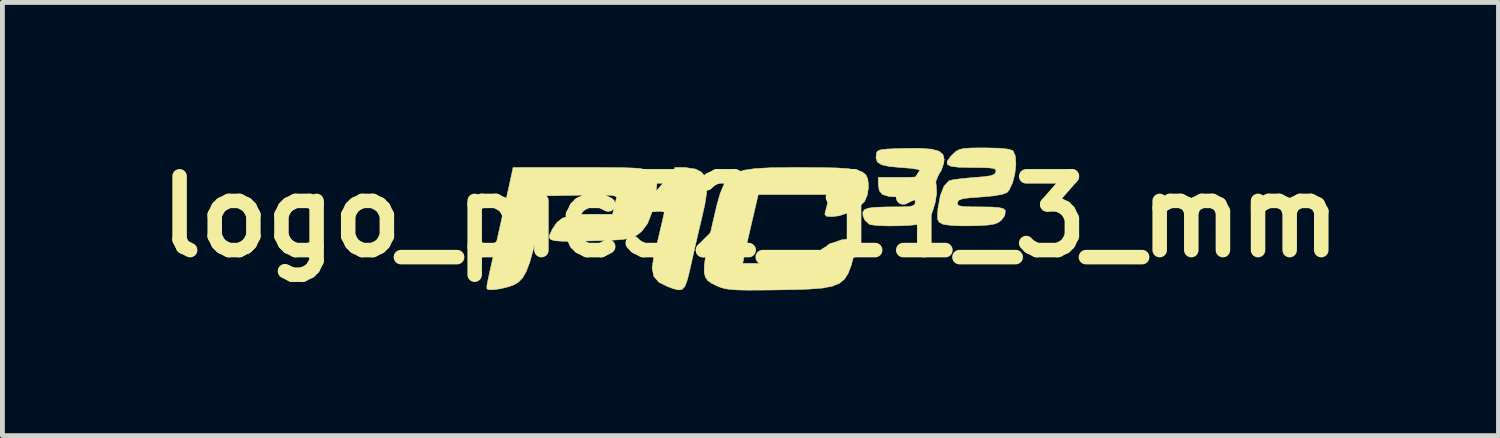
<source format=kicad_pcb>
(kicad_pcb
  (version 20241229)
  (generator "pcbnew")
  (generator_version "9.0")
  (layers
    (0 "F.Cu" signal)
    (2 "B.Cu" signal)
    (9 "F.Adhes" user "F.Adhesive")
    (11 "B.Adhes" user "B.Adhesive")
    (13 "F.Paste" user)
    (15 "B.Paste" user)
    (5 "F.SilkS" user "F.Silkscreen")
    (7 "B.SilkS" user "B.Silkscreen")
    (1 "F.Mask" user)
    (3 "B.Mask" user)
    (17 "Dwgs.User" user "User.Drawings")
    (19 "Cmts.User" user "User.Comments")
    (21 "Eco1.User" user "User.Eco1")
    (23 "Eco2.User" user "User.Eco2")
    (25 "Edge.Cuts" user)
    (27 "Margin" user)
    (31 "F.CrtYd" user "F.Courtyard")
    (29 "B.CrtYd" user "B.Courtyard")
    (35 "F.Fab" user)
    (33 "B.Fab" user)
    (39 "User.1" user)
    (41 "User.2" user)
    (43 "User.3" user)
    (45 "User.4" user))
  (footprint "logo_pic32_11_3_mm"
    (layer "F.Cu")
    (at 12.453 1.427)
    (property "Reference" "logo_pic32_11_3_mm" (at 0 0 0) (layer "F.SilkS") (effects (font (size 1.524 1.524) (thickness 0.3))))
    (attr through_hole)
    (fp_poly (pts (xy -1.133 -0.984) (xy -1.009 -0.919) (xy -0.936 -0.828) (xy -0.901 -0.694) (xy -0.903 -0.504) (xy -0.944 -0.245) (xy -1.005 0.025) (xy -1.068 0.291) (xy -1.137 0.589) (xy -1.194 0.838) (xy -1.257 1.122) (xy -1.308 1.318) (xy -1.356 1.441) (xy -1.412 1.502) (xy -1.487 1.513) (xy -1.59 1.487) (xy -1.701 1.448) (xy -1.89 1.355) (xy -1.997 1.231) (xy -2.031 1.059) (xy -1.997 0.825) (xy -1.982 0.768) (xy -1.948 0.632) (xy -1.9 0.433) (xy -1.848 0.21) (xy -1.834 0.152) (xy -1.775 -0.107) (xy -1.71 -0.387) (xy -1.654 -0.63) (xy -1.65 -0.648) (xy -1.564 -1.016) (xy -1.346 -1.016) (xy -1.133 -0.984)) (stroke (width 0.01) (type solid)) (fill yes) (layer "F.SilkS"))
    (fp_poly (pts (xy 3.743 -1.395) (xy 3.894 -1.354) (xy 3.977 -1.287) (xy 4.002 -1.188) (xy 3.993 -1.104) (xy 3.945 -0.962) (xy 3.883 -0.86) (xy 3.829 -0.729) (xy 3.838 -0.642) (xy 3.847 -0.483) (xy 3.816 -0.288) (xy 3.757 -0.096) (xy 3.68 0.05) (xy 3.65 0.083) (xy 3.577 0.129) (xy 3.466 0.159) (xy 3.295 0.178) (xy 3.057 0.188) (xy 2.832 0.19) (xy 2.636 0.182) (xy 2.498 0.167) (xy 2.458 0.156) (xy 2.365 0.073) (xy 2.326 -0.017) (xy 2.322 -0.093) (xy 2.354 -0.144) (xy 2.437 -0.177) (xy 2.585 -0.195) (xy 2.813 -0.202) (xy 2.959 -0.203) (xy 3.173 -0.205) (xy 3.304 -0.213) (xy 3.374 -0.233) (xy 3.4 -0.268) (xy 3.404 -0.305) (xy 3.393 -0.36) (xy 3.346 -0.391) (xy 3.24 -0.404) (xy 3.084 -0.406) (xy 2.865 -0.418) (xy 2.73 -0.458) (xy 2.661 -0.538) (xy 2.642 -0.667) (xy 2.642 -0.671) (xy 2.642 -0.813) (xy 3.103 -0.813) (xy 3.321 -0.815) (xy 3.456 -0.823) (xy 3.526 -0.841) (xy 3.548 -0.873) (xy 3.547 -0.902) (xy 3.521 -0.948) (xy 3.453 -0.979) (xy 3.322 -1) (xy 3.113 -1.016) (xy 2.869 -1.038) (xy 2.711 -1.073) (xy 2.624 -1.128) (xy 2.595 -1.211) (xy 2.599 -1.277) (xy 2.611 -1.329) (xy 2.64 -1.364) (xy 2.704 -1.385) (xy 2.821 -1.398) (xy 3.01 -1.406) (xy 3.194 -1.411) (xy 3.513 -1.413) (xy 3.743 -1.395)) (stroke (width 0.01) (type solid)) (fill yes) (layer "F.SilkS"))
    (fp_poly (pts (xy 5.122 -1.416) (xy 5.318 -1.397) (xy 5.419 -1.367) (xy 5.425 -1.361) (xy 5.473 -1.253) (xy 5.484 -1.085) (xy 5.463 -0.89) (xy 5.416 -0.702) (xy 5.346 -0.554) (xy 5.3 -0.501) (xy 5.205 -0.463) (xy 5.03 -0.432) (xy 4.793 -0.409) (xy 4.756 -0.407) (xy 4.532 -0.391) (xy 4.39 -0.372) (xy 4.313 -0.346) (xy 4.28 -0.306) (xy 4.277 -0.292) (xy 4.279 -0.251) (xy 4.315 -0.225) (xy 4.403 -0.21) (xy 4.562 -0.204) (xy 4.748 -0.203) (xy 4.982 -0.2) (xy 5.134 -0.189) (xy 5.221 -0.168) (xy 5.262 -0.133) (xy 5.266 -0.123) (xy 5.255 -0.027) (xy 5.189 0.066) (xy 5.124 0.118) (xy 5.04 0.151) (xy 4.911 0.172) (xy 4.716 0.184) (xy 4.585 0.188) (xy 4.357 0.189) (xy 4.156 0.18) (xy 4.012 0.163) (xy 3.968 0.151) (xy 3.898 0.112) (xy 3.866 0.052) (xy 3.865 -0.059) (xy 3.874 -0.166) (xy 3.922 -0.434) (xy 3.998 -0.629) (xy 4.098 -0.738) (xy 4.109 -0.744) (xy 4.196 -0.765) (xy 4.354 -0.786) (xy 4.555 -0.805) (xy 4.622 -0.81) (xy 4.838 -0.828) (xy 4.972 -0.849) (xy 5.043 -0.879) (xy 5.07 -0.924) (xy 5.071 -0.927) (xy 5.069 -0.968) (xy 5.034 -0.994) (xy 4.947 -1.008) (xy 4.793 -1.015) (xy 4.576 -1.016) (xy 4.315 -1.021) (xy 4.148 -1.04) (xy 4.067 -1.079) (xy 4.064 -1.143) (xy 4.131 -1.238) (xy 4.189 -1.298) (xy 4.252 -1.354) (xy 4.322 -1.39) (xy 4.422 -1.411) (xy 4.574 -1.42) (xy 4.801 -1.422) (xy 4.839 -1.422) (xy 5.122 -1.416)) (stroke (width 0.01) (type solid)) (fill yes) (layer "F.SilkS"))
    (fp_poly (pts (xy -3.141 -1.016) (xy -2.824 -1.015) (xy -2.583 -1.011) (xy -2.407 -1.005) (xy -2.282 -0.995) (xy -2.196 -0.979) (xy -2.137 -0.958) (xy -2.091 -0.929) (xy -2.05 -0.896) (xy -1.978 -0.829) (xy -1.94 -0.767) (xy -1.932 -0.68) (xy -1.947 -0.539) (xy -1.965 -0.421) (xy -2.032 -0.099) (xy -2.123 0.137) (xy -2.246 0.303) (xy -2.35 0.383) (xy -2.426 0.422) (xy -2.519 0.45) (xy -2.646 0.47) (xy -2.825 0.483) (xy -3.074 0.493) (xy -3.34 0.5) (xy -3.659 0.506) (xy -3.888 0.506) (xy -4.039 0.496) (xy -4.124 0.472) (xy -4.156 0.432) (xy -4.145 0.37) (xy -4.104 0.283) (xy -4.092 0.259) (xy -4.001 0.122) (xy -3.884 0.03) (xy -3.72 -0.023) (xy -3.488 -0.047) (xy -3.305 -0.051) (xy -2.847 -0.051) (xy -2.816 -0.191) (xy -2.786 -0.317) (xy -2.765 -0.395) (xy -2.778 -0.421) (xy -2.843 -0.438) (xy -2.973 -0.447) (xy -3.179 -0.45) (xy -3.474 -0.446) (xy -3.49 -0.446) (xy -4.236 -0.432) (xy -4.404 0.33) (xy -4.486 0.678) (xy -4.559 0.939) (xy -4.63 1.128) (xy -4.705 1.261) (xy -4.791 1.35) (xy -4.881 1.405) (xy -5.008 1.45) (xy -5.159 1.486) (xy -5.302 1.507) (xy -5.407 1.508) (xy -5.442 1.49) (xy -5.445 1.464) (xy -5.444 1.432) (xy -5.436 1.379) (xy -5.418 1.29) (xy -5.388 1.149) (xy -5.341 0.941) (xy -5.275 0.652) (xy -5.265 0.61) (xy -5.195 0.299) (xy -5.124 -0.016) (xy -5.059 -0.304) (xy -5.008 -0.535) (xy -4.994 -0.597) (xy -4.903 -1.016) (xy -3.547 -1.016) (xy -3.141 -1.016)) (stroke (width 0.01) (type solid)) (fill yes) (layer "F.SilkS"))
    (fp_poly (pts (xy 1.456 -1.014) (xy 1.778 -1.008) (xy 2.021 -0.992) (xy 2.196 -0.965) (xy 2.313 -0.923) (xy 2.385 -0.863) (xy 2.423 -0.781) (xy 2.436 -0.674) (xy 2.438 -0.608) (xy 2.414 -0.449) (xy 2.357 -0.313) (xy 2.355 -0.311) (xy 2.228 -0.193) (xy 2.041 -0.09) (xy 1.833 -0.02) (xy 1.686 -0.001) (xy 1.572 -0.01) (xy 1.537 -0.049) (xy 1.544 -0.089) (xy 1.575 -0.206) (xy 1.603 -0.318) (xy 1.637 -0.457) (xy 0.899 -0.457) (xy 0.161 -0.457) (xy 0.034 0.089) (xy -0.022 0.33) (xy -0.072 0.551) (xy -0.111 0.722) (xy -0.127 0.8) (xy -0.16 0.965) (xy 1.267 0.965) (xy 1.344 0.818) (xy 1.464 0.678) (xy 1.654 0.56) (xy 1.879 0.479) (xy 2.106 0.449) (xy 2.167 0.452) (xy 2.191 0.491) (xy 2.18 0.606) (xy 2.135 0.807) (xy 2.133 0.815) (xy 2.078 1.015) (xy 2.018 1.172) (xy 1.942 1.291) (xy 1.836 1.377) (xy 1.689 1.436) (xy 1.487 1.474) (xy 1.218 1.495) (xy 0.869 1.507) (xy 0.559 1.512) (xy 0.202 1.516) (xy -0.069 1.517) (xy -0.271 1.512) (xy -0.419 1.502) (xy -0.528 1.486) (xy -0.615 1.461) (xy -0.697 1.427) (xy -0.697 1.427) (xy -0.803 1.374) (xy -0.881 1.319) (xy -0.931 1.248) (xy -0.955 1.149) (xy -0.953 1.008) (xy -0.926 0.813) (xy -0.873 0.549) (xy -0.797 0.205) (xy -0.762 0.052) (xy -0.691 -0.249) (xy -0.623 -0.486) (xy -0.546 -0.669) (xy -0.448 -0.804) (xy -0.316 -0.899) (xy -0.138 -0.96) (xy 0.099 -0.995) (xy 0.406 -1.011) (xy 0.795 -1.016) (xy 1.043 -1.016) (xy 1.456 -1.014)) (stroke (width 0.01) (type solid)) (fill yes) (layer "F.SilkS")))
  (gr_rect
    (start -3 -3)
    (end 27.907 5.949)
    (stroke (width 0.1) (type default))
    (fill no)
    (layer "Edge.Cuts")))
</source>
